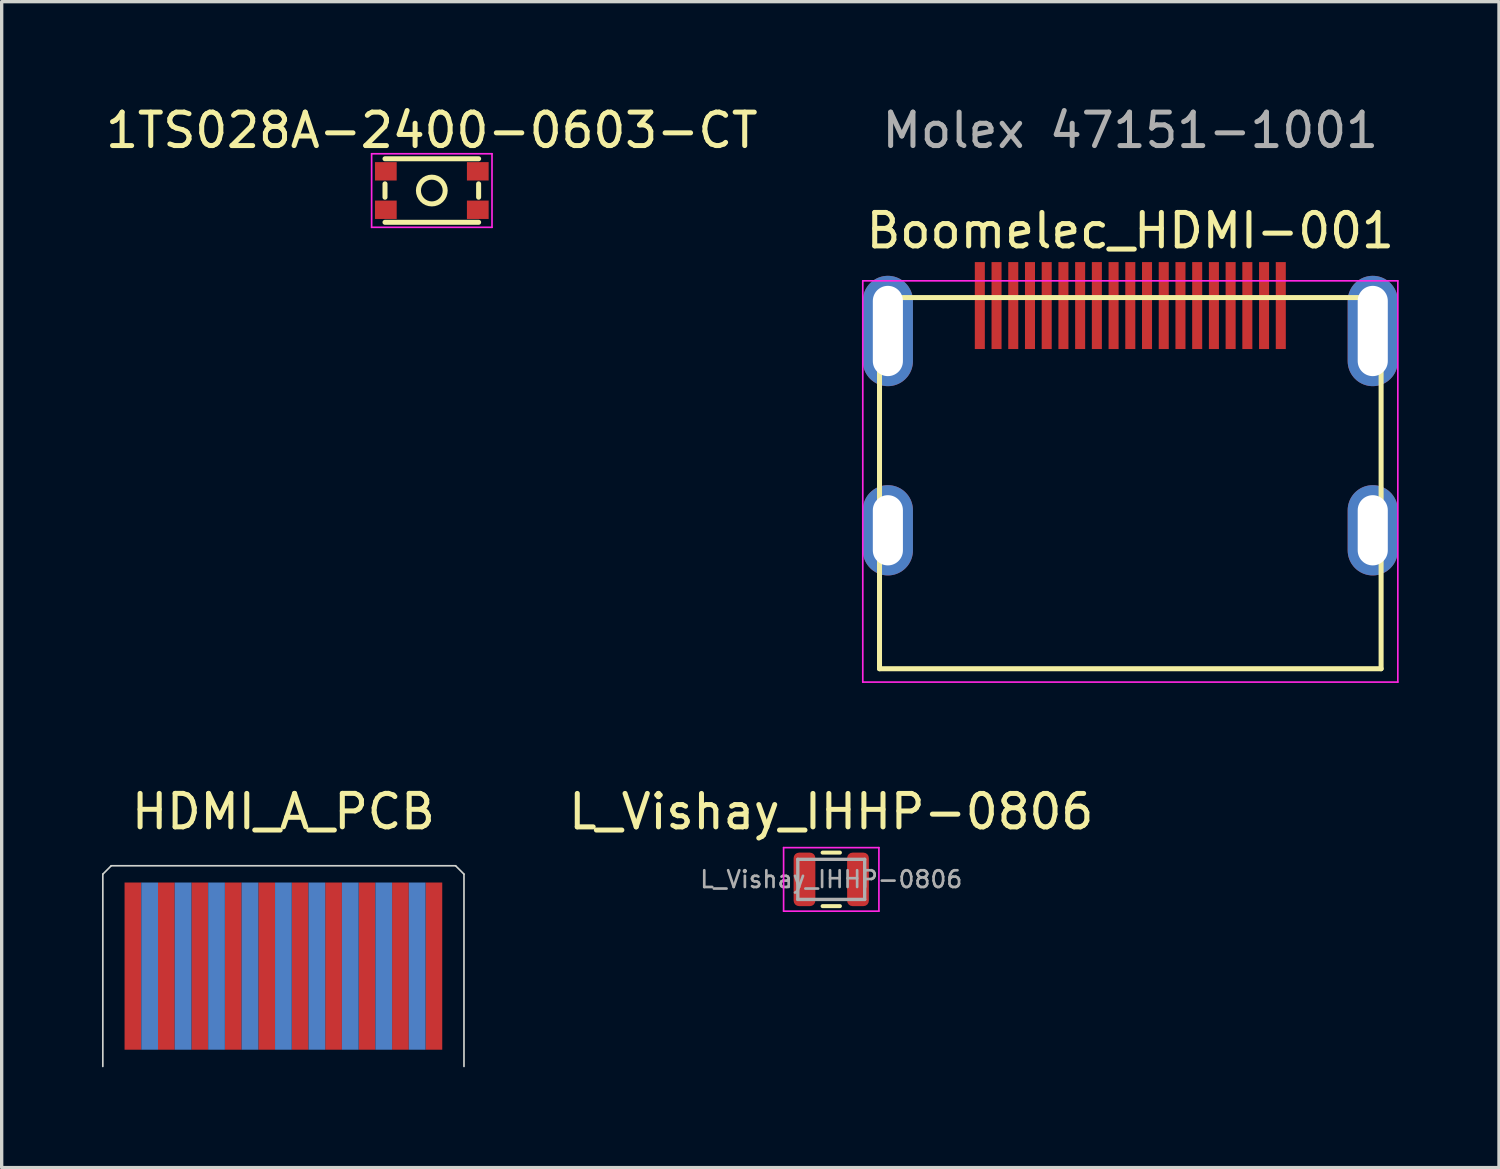
<source format=kicad_pcb>
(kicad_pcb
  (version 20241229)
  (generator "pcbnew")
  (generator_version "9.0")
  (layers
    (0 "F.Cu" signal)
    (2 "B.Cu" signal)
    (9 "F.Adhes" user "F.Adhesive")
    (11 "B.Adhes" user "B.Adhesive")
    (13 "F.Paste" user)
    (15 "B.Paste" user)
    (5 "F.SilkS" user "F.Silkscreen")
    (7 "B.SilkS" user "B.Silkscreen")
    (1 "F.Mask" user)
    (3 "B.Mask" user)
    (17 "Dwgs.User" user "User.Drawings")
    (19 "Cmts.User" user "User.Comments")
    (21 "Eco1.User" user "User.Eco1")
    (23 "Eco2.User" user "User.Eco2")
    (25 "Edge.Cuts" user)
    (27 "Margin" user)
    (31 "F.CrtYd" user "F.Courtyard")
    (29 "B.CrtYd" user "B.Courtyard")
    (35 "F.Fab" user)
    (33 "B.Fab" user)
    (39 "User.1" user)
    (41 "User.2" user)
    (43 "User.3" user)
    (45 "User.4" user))
  (footprint "HDMI_A_PCB"
    (layer "F.Cu")
    (at 5.425 25.841)
    (property "Reference" "HDMI_A_PCB" (at 0 -4.62 0) (layer "F.SilkS") (effects (font (size 1 1) (thickness 0.15))))
    (attr through_hole)
    (fp_line (start -5.4 3) (end -5.4 -2.75) (stroke (width 0.05) (type solid)) (layer "Edge.Cuts"))
    (fp_line (start -5.15 -3) (end -5.4 -2.75) (stroke (width 0.05) (type solid)) (layer "Edge.Cuts"))
    (fp_line (start -5.15 -3) (end 5.15 -3) (stroke (width 0.05) (type solid)) (layer "Edge.Cuts"))
    (fp_line (start 5.15 -3) (end 5.4 -2.75) (stroke (width 0.05) (type solid)) (layer "Edge.Cuts"))
    (fp_line (start 5.4 -2.75) (end 5.4 3) (stroke (width 0.05) (type solid)) (layer "Edge.Cuts"))
    (pad "1" smd rect (at -4.5 0) (size 0.5 5) (layers "F.Cu" "F.Mask" "F.Paste"))
    (pad "2" smd rect (at -4 0) (size 0.5 5) (layers "B.Cu" "B.Mask" "B.Paste"))
    (pad "3" smd rect (at -3.5 0) (size 0.5 5) (layers "F.Cu" "F.Mask" "F.Paste"))
    (pad "4" smd rect (at -3 0) (size 0.5 5) (layers "B.Cu" "B.Mask" "B.Paste"))
    (pad "5" smd rect (at -2.5 0) (size 0.5 5) (layers "F.Cu" "F.Mask" "F.Paste"))
    (pad "6" smd rect (at -2 0) (size 0.5 5) (layers "B.Cu" "B.Mask" "B.Paste"))
    (pad "7" smd rect (at -1.5 0) (size 0.5 5) (layers "F.Cu" "F.Mask" "F.Paste"))
    (pad "8" smd rect (at -1 0) (size 0.5 5) (layers "B.Cu" "B.Mask" "B.Paste"))
    (pad "9" smd rect (at -0.5 0) (size 0.5 5) (layers "F.Cu" "F.Mask" "F.Paste"))
    (pad "10" smd rect (at 0 0) (size 0.5 5) (layers "B.Cu" "B.Mask" "B.Paste"))
    (pad "11" smd rect (at 0.5 0) (size 0.5 5) (layers "F.Cu" "F.Mask" "F.Paste"))
    (pad "12" smd rect (at 1 0) (size 0.5 5) (layers "B.Cu" "B.Mask" "B.Paste"))
    (pad "13" smd rect (at 1.5 0) (size 0.5 5) (layers "F.Cu" "F.Mask" "F.Paste"))
    (pad "14" smd rect (at 2 0) (size 0.5 5) (layers "B.Cu" "B.Mask" "B.Paste"))
    (pad "15" smd rect (at 2.5 0) (size 0.5 5) (layers "F.Cu" "F.Mask" "F.Paste"))
    (pad "16" smd rect (at 3 0) (size 0.5 5) (layers "B.Cu" "B.Mask" "B.Paste"))
    (pad "17" smd rect (at 3.5 0) (size 0.5 5) (layers "F.Cu" "F.Mask" "F.Paste"))
    (pad "18" smd rect (at 4 0) (size 0.5 5) (layers "B.Cu" "B.Mask" "B.Paste"))
    (pad "19" smd rect (at 4.5 0) (size 0.5 5) (layers "F.Cu" "F.Mask" "F.Paste")))
  (footprint "1TS028A-2400-0603-CT"
    (layer "F.Cu")
    (at 9.863 2.648)
    (property "Reference" "1TS028A-2400-0603-CT" (at 0 -1.8 0) (layer "F.SilkS") (effects (font (size 1 1) (thickness 0.15))))
    (attr through_hole)
    (fp_line (start -1.4 -0.95) (end 1.4 -0.95) (stroke (width 0.15) (type solid)) (layer "F.SilkS"))
    (fp_line (start -1.4 -0.2) (end -1.4 0.2) (stroke (width 0.15) (type solid)) (layer "F.SilkS"))
    (fp_line (start 1.4 -0.2) (end 1.4 0.2) (stroke (width 0.15) (type solid)) (layer "F.SilkS"))
    (fp_line (start 1.4 0.95) (end -1.4 0.95) (stroke (width 0.15) (type solid)) (layer "F.SilkS"))
    (fp_circle (center 0 0) (end 0.4 0) (stroke (width 0.15) (type solid)) (fill no) (layer "F.SilkS"))
    (fp_line (start -1.8 -1.1) (end -1.8 1.1) (stroke (width 0.05) (type solid)) (layer "F.CrtYd"))
    (fp_line (start -1.8 1.1) (end 1.8 1.1) (stroke (width 0.05) (type solid)) (layer "F.CrtYd"))
    (fp_line (start 1.8 -1.1) (end -1.8 -1.1) (stroke (width 0.05) (type solid)) (layer "F.CrtYd"))
    (fp_line (start 1.8 1.1) (end 1.8 -1.1) (stroke (width 0.05) (type solid)) (layer "F.CrtYd"))
    (pad "1" smd rect (at -1.375 -0.575) (size 0.65 0.55) (layers "F.Cu" "F.Mask" "F.Paste"))
    (pad "1" smd rect (at 1.375 -0.575) (size 0.65 0.55) (layers "F.Cu" "F.Mask" "F.Paste"))
    (pad "2" smd rect (at -1.375 0.575) (size 0.65 0.55) (layers "F.Cu" "F.Mask" "F.Paste"))
    (pad "2" smd rect (at 1.375 0.575) (size 0.65 0.55) (layers "F.Cu" "F.Mask" "F.Paste")))
  (footprint "Boomelec_HDMI-001"
    (layer "F.Cu")
    (at 30.751 11.398)
    (property "Reference" "Boomelec_HDMI-001" (at 0 -7.55 0) (layer "F.SilkS") (effects (font (size 1 1) (thickness 0.15))))
    (attr through_hole)
    (fp_line (start -7.5 -5.55) (end -7.5 5.55) (stroke (width 0.15) (type solid)) (layer "F.SilkS"))
    (fp_line (start -7.5 -5.55) (end 7.5 -5.55) (stroke (width 0.15) (type solid)) (layer "F.SilkS"))
    (fp_line (start 7.5 -5.55) (end 7.5 5.55) (stroke (width 0.15) (type solid)) (layer "F.SilkS"))
    (fp_line (start 7.5 5.55) (end -7.5 5.55) (stroke (width 0.15) (type solid)) (layer "F.SilkS"))
    (fp_line (start -8 -6.05) (end 8 -6.05) (stroke (width 0.05) (type solid)) (layer "F.CrtYd"))
    (fp_line (start -8 5.95) (end -8 -6.05) (stroke (width 0.05) (type solid)) (layer "F.CrtYd"))
    (fp_line (start 8 -6.05) (end 8 5.95) (stroke (width 0.05) (type solid)) (layer "F.CrtYd"))
    (fp_line (start 8 5.95) (end -8 5.95) (stroke (width 0.05) (type solid)) (layer "F.CrtYd"))
    (fp_text user "Molex 47151-1001" (at 0 -10.55 0) (layer "F.Fab") (effects (font (size 1 1) (thickness 0.15))))
    (pad "1" smd rect (at -4.5 -5.31) (size 0.3 2.6) (layers "F.Cu" "F.Mask" "F.Paste"))
    (pad "2" smd rect (at -4 -5.31) (size 0.3 2.6) (layers "F.Cu" "F.Mask" "F.Paste"))
    (pad "3" smd rect (at -3.5 -5.31) (size 0.3 2.6) (layers "F.Cu" "F.Mask" "F.Paste"))
    (pad "4" smd rect (at -3 -5.31) (size 0.3 2.6) (layers "F.Cu" "F.Mask" "F.Paste"))
    (pad "5" smd rect (at -2.5 -5.31) (size 0.3 2.6) (layers "F.Cu" "F.Mask" "F.Paste"))
    (pad "6" smd rect (at -2 -5.31) (size 0.3 2.6) (layers "F.Cu" "F.Mask" "F.Paste"))
    (pad "7" smd rect (at -1.5 -5.31) (size 0.3 2.6) (layers "F.Cu" "F.Mask" "F.Paste"))
    (pad "8" smd rect (at -1 -5.31) (size 0.3 2.6) (layers "F.Cu" "F.Mask" "F.Paste"))
    (pad "9" smd rect (at -0.5 -5.31) (size 0.3 2.6) (layers "F.Cu" "F.Mask" "F.Paste"))
    (pad "10" smd rect (at 0 -5.31) (size 0.3 2.6) (layers "F.Cu" "F.Mask" "F.Paste"))
    (pad "11" smd rect (at 0.5 -5.31) (size 0.3 2.6) (layers "F.Cu" "F.Mask" "F.Paste"))
    (pad "12" smd rect (at 1 -5.31) (size 0.3 2.6) (layers "F.Cu" "F.Mask" "F.Paste"))
    (pad "13" smd rect (at 1.5 -5.31) (size 0.3 2.6) (layers "F.Cu" "F.Mask" "F.Paste"))
    (pad "14" smd rect (at 2 -5.31) (size 0.3 2.6) (layers "F.Cu" "F.Mask" "F.Paste"))
    (pad "15" smd rect (at 2.5 -5.31) (size 0.3 2.6) (layers "F.Cu" "F.Mask" "F.Paste"))
    (pad "16" smd rect (at 3 -5.31) (size 0.3 2.6) (layers "F.Cu" "F.Mask" "F.Paste"))
    (pad "17" smd rect (at 3.5 -5.31) (size 0.3 2.6) (layers "F.Cu" "F.Mask" "F.Paste"))
    (pad "18" smd rect (at 4 -5.31) (size 0.3 2.6) (layers "F.Cu" "F.Mask" "F.Paste"))
    (pad "19" smd rect (at 4.5 -5.31) (size 0.3 2.6) (layers "F.Cu" "F.Mask" "F.Paste"))
    (pad "SH" thru_hole oval (at -7.25 -4.55) (size 1.5 3.3) (drill oval 0.9 2.7) (layers "*.Cu" "*.Mask"))
    (pad "SH" thru_hole oval (at -7.25 1.41) (size 1.5 2.7) (drill oval 0.9 2.1) (layers "*.Cu" "*.Mask"))
    (pad "SH" thru_hole oval (at 7.25 -4.55) (size 1.5 3.3) (drill oval 0.9 2.7) (layers "*.Cu" "*.Mask"))
    (pad "SH" thru_hole oval (at 7.25 1.41) (size 1.5 2.7) (drill oval 0.9 2.1) (layers "*.Cu" "*.Mask")))
  (footprint "L_Vishay_IHHP-0806"
    (layer "F.Cu")
    (at 21.808 23.247)
    (property "Reference" "L_Vishay_IHHP-0806" (at 0 -2.025 0) (layer "F.SilkS") (effects (font (size 1 1) (thickness 0.15))))
    (attr smd)
    (fp_line (start -0.259 -0.8) (end 0.259 -0.8) (stroke (width 0.12) (type solid)) (layer "F.SilkS"))
    (fp_line (start -0.259 0.8) (end 0.259 0.8) (stroke (width 0.12) (type solid)) (layer "F.SilkS"))
    (fp_line (start -1.425 -0.95) (end 1.425 -0.95) (stroke (width 0.05) (type solid)) (layer "F.CrtYd"))
    (fp_line (start -1.425 0.95) (end -1.425 -0.95) (stroke (width 0.05) (type solid)) (layer "F.CrtYd"))
    (fp_line (start 1.425 -0.95) (end 1.425 0.95) (stroke (width 0.05) (type solid)) (layer "F.CrtYd"))
    (fp_line (start 1.425 0.95) (end -1.425 0.95) (stroke (width 0.05) (type solid)) (layer "F.CrtYd"))
    (fp_line (start -1 -0.6) (end 1 -0.6) (stroke (width 0.1) (type solid)) (layer "F.Fab"))
    (fp_line (start -1 0.6) (end -1 -0.6) (stroke (width 0.1) (type solid)) (layer "F.Fab"))
    (fp_line (start 1 -0.6) (end 1 0.6) (stroke (width 0.1) (type solid)) (layer "F.Fab"))
    (fp_line (start 1 0.6) (end -1 0.6) (stroke (width 0.1) (type solid)) (layer "F.Fab"))
    (fp_text user "${REFERENCE}" (at 0 0 0) (layer "F.Fab") (effects (font (size 0.5 0.5) (thickness 0.08))))
    (pad "1" smd roundrect (at -0.8 0) (size 0.65 1.6) (layers "F.Cu" "F.Mask" "F.Paste") (roundrect_rratio 0.25))
    (pad "2" smd roundrect (at 0.8 0) (size 0.65 1.6) (layers "F.Cu" "F.Mask" "F.Paste") (roundrect_rratio 0.25)))
  (gr_rect
    (start -3 -3)
    (end 41.776 31.866)
    (stroke (width 0.1) (type default))
    (fill no)
    (layer "Edge.Cuts")))
</source>
